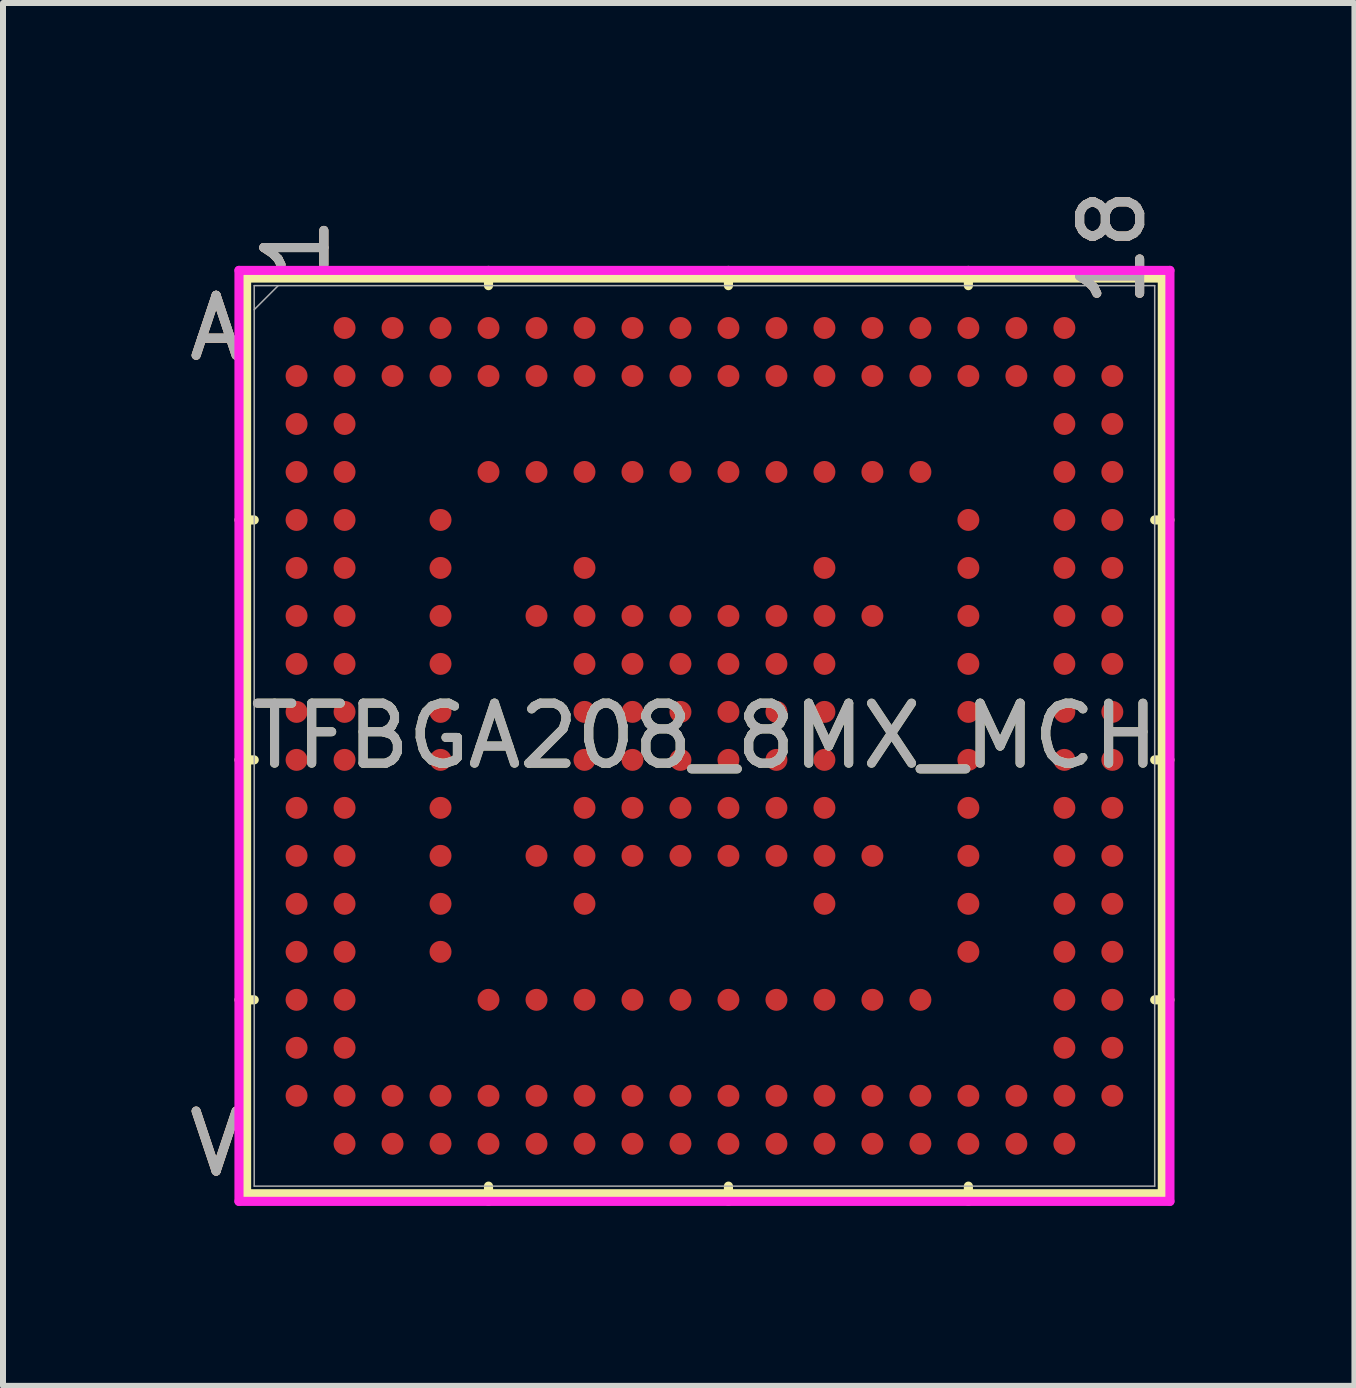
<source format=kicad_pcb>
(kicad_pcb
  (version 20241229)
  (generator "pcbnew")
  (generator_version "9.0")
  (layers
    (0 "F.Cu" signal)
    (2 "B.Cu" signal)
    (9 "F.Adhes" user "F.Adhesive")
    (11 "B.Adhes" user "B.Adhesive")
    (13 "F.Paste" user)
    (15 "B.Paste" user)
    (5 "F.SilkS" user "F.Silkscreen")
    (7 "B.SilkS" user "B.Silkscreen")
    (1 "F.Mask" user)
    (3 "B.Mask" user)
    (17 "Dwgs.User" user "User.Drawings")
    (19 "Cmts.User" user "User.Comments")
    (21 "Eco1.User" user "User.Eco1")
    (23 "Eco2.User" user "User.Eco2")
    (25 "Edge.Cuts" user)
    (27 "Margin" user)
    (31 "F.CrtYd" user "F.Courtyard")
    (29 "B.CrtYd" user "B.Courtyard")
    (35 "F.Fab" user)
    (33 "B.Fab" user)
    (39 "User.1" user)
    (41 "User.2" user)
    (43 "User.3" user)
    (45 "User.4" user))
  (footprint "TFBGA208_8MX_MCH"
    (layer "F.Cu")
    (at 8.694 9.218)
    (property "Reference" "TFBGA208_8MX_MCH" (at 0 0 0) (unlocked yes) (layer "F.SilkS") (effects (font (size 1 1) (thickness 0.15))))
    (attr smd)
    (fp_line (start -7.633 -7.633) (end -7.633 7.633) (stroke (width 0.152) (type solid)) (layer "F.SilkS"))
    (fp_line (start -7.633 7.633) (end 7.633 7.633) (stroke (width 0.152) (type solid)) (layer "F.SilkS"))
    (fp_line (start -7.506 -3.6) (end -7.76 -3.6) (stroke (width 0.152) (type solid)) (layer "F.SilkS"))
    (fp_line (start -7.506 0.4) (end -7.76 0.4) (stroke (width 0.152) (type solid)) (layer "F.SilkS"))
    (fp_line (start -7.506 4.4) (end -7.76 4.4) (stroke (width 0.152) (type solid)) (layer "F.SilkS"))
    (fp_line (start -3.6 -7.506) (end -3.6 -7.76) (stroke (width 0.152) (type solid)) (layer "F.SilkS"))
    (fp_line (start -3.6 7.506) (end -3.6 7.76) (stroke (width 0.152) (type solid)) (layer "F.SilkS"))
    (fp_line (start 0.4 -7.506) (end 0.4 -7.76) (stroke (width 0.152) (type solid)) (layer "F.SilkS"))
    (fp_line (start 0.4 7.506) (end 0.4 7.76) (stroke (width 0.152) (type solid)) (layer "F.SilkS"))
    (fp_line (start 4.4 -7.506) (end 4.4 -7.76) (stroke (width 0.152) (type solid)) (layer "F.SilkS"))
    (fp_line (start 4.4 7.506) (end 4.4 7.76) (stroke (width 0.152) (type solid)) (layer "F.SilkS"))
    (fp_line (start 7.506 -3.6) (end 7.76 -3.6) (stroke (width 0.152) (type solid)) (layer "F.SilkS"))
    (fp_line (start 7.506 0.4) (end 7.76 0.4) (stroke (width 0.152) (type solid)) (layer "F.SilkS"))
    (fp_line (start 7.506 4.4) (end 7.76 4.4) (stroke (width 0.152) (type solid)) (layer "F.SilkS"))
    (fp_line (start 7.633 -7.633) (end -7.633 -7.633) (stroke (width 0.152) (type solid)) (layer "F.SilkS"))
    (fp_line (start 7.633 7.633) (end 7.633 -7.633) (stroke (width 0.152) (type solid)) (layer "F.SilkS"))
    (fp_poly (pts (xy -7.644 -7.644) (xy 7.644 -7.644) (xy 7.644 7.644) (xy -7.644 7.644)) (stroke (width 0.1) (type solid)) (fill no) (layer "Eco2.User"))
    (fp_line (start -7.76 -7.76) (end 7.76 -7.76) (stroke (width 0.152) (type solid)) (layer "F.CrtYd"))
    (fp_line (start -7.76 7.76) (end -7.76 -7.76) (stroke (width 0.152) (type solid)) (layer "F.CrtYd"))
    (fp_line (start 7.76 -7.76) (end 7.76 7.76) (stroke (width 0.152) (type solid)) (layer "F.CrtYd"))
    (fp_line (start 7.76 7.76) (end -7.76 7.76) (stroke (width 0.152) (type solid)) (layer "F.CrtYd"))
    (fp_line (start -7.506 -7.506) (end -7.506 7.506) (stroke (width 0.025) (type solid)) (layer "F.Fab"))
    (fp_line (start -7.506 7.506) (end 7.506 7.506) (stroke (width 0.025) (type solid)) (layer "F.Fab"))
    (fp_line (start -7.106 -7.506) (end -7.506 -7.106) (stroke (width 0.025) (type solid)) (layer "F.Fab"))
    (fp_line (start 7.506 -7.506) (end -7.506 -7.506) (stroke (width 0.025) (type solid)) (layer "F.Fab"))
    (fp_line (start 7.506 7.506) (end 7.506 -7.506) (stroke (width 0.025) (type solid)) (layer "F.Fab"))
    (fp_text user "A" (at -8.141 -6.8 0) (unlocked yes) (layer "F.SilkS") (effects (font (size 1 1) (thickness 0.15))))
    (fp_text user "1" (at -6.8 -8.141 90) (unlocked yes) (layer "F.SilkS") (effects (font (size 1 1) (thickness 0.15))))
    (fp_text user "V" (at -8.141 6.8 0) (unlocked yes) (layer "F.SilkS") (effects (font (size 1 1) (thickness 0.15))))
    (fp_text user "18" (at 6.8 -8.141 90) (unlocked yes) (layer "F.SilkS") (effects (font (size 1 1) (thickness 0.15))))
    (fp_text user "A" (at -8.141 -6.8 0) (unlocked yes) (layer "B.SilkS") (effects (font (size 1 1) (thickness 0.15))))
    (fp_text user "1" (at -6.8 -8.141 90) (unlocked yes) (layer "B.SilkS") (effects (font (size 1 1) (thickness 0.15))))
    (fp_text user "V" (at -8.141 6.8 0) (unlocked yes) (layer "B.SilkS") (effects (font (size 1 1) (thickness 0.15))))
    (fp_text user "18" (at 6.8 -8.141 90) (unlocked yes) (layer "B.SilkS") (effects (font (size 1 1) (thickness 0.15))))
    (fp_text user "V" (at -8.141 6.8 0) (unlocked yes) (layer "F.Fab") (effects (font (size 1 1) (thickness 0.15))))
    (fp_text user "1" (at -6.8 -8.141 90) (unlocked yes) (layer "F.Fab") (effects (font (size 1 1) (thickness 0.15))))
    (fp_text user "A" (at -8.141 -6.8 0) (unlocked yes) (layer "F.Fab") (effects (font (size 1 1) (thickness 0.15))))
    (fp_text user "${REFERENCE}" (at 0 0 0) (unlocked yes) (layer "F.Fab") (effects (font (size 1 1) (thickness 0.15))))
    (fp_text user "18" (at 6.8 -8.141 90) (unlocked yes) (layer "F.Fab") (effects (font (size 1 1) (thickness 0.15))))
    (pad "A2" smd circle (at -6 -6.8) (size 0.366 0.366) (layers "F.Cu" "F.Mask" "F.Paste"))
    (pad "A3" smd circle (at -5.2 -6.8) (size 0.366 0.366) (layers "F.Cu" "F.Mask" "F.Paste"))
    (pad "A4" smd circle (at -4.4 -6.8) (size 0.366 0.366) (layers "F.Cu" "F.Mask" "F.Paste"))
    (pad "A5" smd circle (at -3.6 -6.8) (size 0.366 0.366) (layers "F.Cu" "F.Mask" "F.Paste"))
    (pad "A6" smd circle (at -2.8 -6.8) (size 0.366 0.366) (layers "F.Cu" "F.Mask" "F.Paste"))
    (pad "A7" smd circle (at -2 -6.8) (size 0.366 0.366) (layers "F.Cu" "F.Mask" "F.Paste"))
    (pad "A8" smd circle (at -1.2 -6.8) (size 0.366 0.366) (layers "F.Cu" "F.Mask" "F.Paste"))
    (pad "A9" smd circle (at -0.4 -6.8) (size 0.366 0.366) (layers "F.Cu" "F.Mask" "F.Paste"))
    (pad "A10" smd circle (at 0.4 -6.8) (size 0.366 0.366) (layers "F.Cu" "F.Mask" "F.Paste"))
    (pad "A11" smd circle (at 1.2 -6.8) (size 0.366 0.366) (layers "F.Cu" "F.Mask" "F.Paste"))
    (pad "A12" smd circle (at 2 -6.8) (size 0.366 0.366) (layers "F.Cu" "F.Mask" "F.Paste"))
    (pad "A13" smd circle (at 2.8 -6.8) (size 0.366 0.366) (layers "F.Cu" "F.Mask" "F.Paste"))
    (pad "A14" smd circle (at 3.6 -6.8) (size 0.366 0.366) (layers "F.Cu" "F.Mask" "F.Paste"))
    (pad "A15" smd circle (at 4.4 -6.8) (size 0.366 0.366) (layers "F.Cu" "F.Mask" "F.Paste"))
    (pad "A16" smd circle (at 5.2 -6.8) (size 0.366 0.366) (layers "F.Cu" "F.Mask" "F.Paste"))
    (pad "A17" smd circle (at 6 -6.8) (size 0.366 0.366) (layers "F.Cu" "F.Mask" "F.Paste"))
    (pad "B1" smd circle (at -6.8 -6) (size 0.366 0.366) (layers "F.Cu" "F.Mask" "F.Paste"))
    (pad "B2" smd circle (at -6 -6) (size 0.366 0.366) (layers "F.Cu" "F.Mask" "F.Paste"))
    (pad "B3" smd circle (at -5.2 -6) (size 0.366 0.366) (layers "F.Cu" "F.Mask" "F.Paste"))
    (pad "B4" smd circle (at -4.4 -6) (size 0.366 0.366) (layers "F.Cu" "F.Mask" "F.Paste"))
    (pad "B5" smd circle (at -3.6 -6) (size 0.366 0.366) (layers "F.Cu" "F.Mask" "F.Paste"))
    (pad "B6" smd circle (at -2.8 -6) (size 0.366 0.366) (layers "F.Cu" "F.Mask" "F.Paste"))
    (pad "B7" smd circle (at -2 -6) (size 0.366 0.366) (layers "F.Cu" "F.Mask" "F.Paste"))
    (pad "B8" smd circle (at -1.2 -6) (size 0.366 0.366) (layers "F.Cu" "F.Mask" "F.Paste"))
    (pad "B9" smd circle (at -0.4 -6) (size 0.366 0.366) (layers "F.Cu" "F.Mask" "F.Paste"))
    (pad "B10" smd circle (at 0.4 -6) (size 0.366 0.366) (layers "F.Cu" "F.Mask" "F.Paste"))
    (pad "B11" smd circle (at 1.2 -6) (size 0.366 0.366) (layers "F.Cu" "F.Mask" "F.Paste"))
    (pad "B12" smd circle (at 2 -6) (size 0.366 0.366) (layers "F.Cu" "F.Mask" "F.Paste"))
    (pad "B13" smd circle (at 2.8 -6) (size 0.366 0.366) (layers "F.Cu" "F.Mask" "F.Paste"))
    (pad "B14" smd circle (at 3.6 -6) (size 0.366 0.366) (layers "F.Cu" "F.Mask" "F.Paste"))
    (pad "B15" smd circle (at 4.4 -6) (size 0.366 0.366) (layers "F.Cu" "F.Mask" "F.Paste"))
    (pad "B16" smd circle (at 5.2 -6) (size 0.366 0.366) (layers "F.Cu" "F.Mask" "F.Paste"))
    (pad "B17" smd circle (at 6 -6) (size 0.366 0.366) (layers "F.Cu" "F.Mask" "F.Paste"))
    (pad "B18" smd circle (at 6.8 -6) (size 0.366 0.366) (layers "F.Cu" "F.Mask" "F.Paste"))
    (pad "C1" smd circle (at -6.8 -5.2) (size 0.366 0.366) (layers "F.Cu" "F.Mask" "F.Paste"))
    (pad "C2" smd circle (at -6 -5.2) (size 0.366 0.366) (layers "F.Cu" "F.Mask" "F.Paste"))
    (pad "C17" smd circle (at 6 -5.2) (size 0.366 0.366) (layers "F.Cu" "F.Mask" "F.Paste"))
    (pad "C18" smd circle (at 6.8 -5.2) (size 0.366 0.366) (layers "F.Cu" "F.Mask" "F.Paste"))
    (pad "D1" smd circle (at -6.8 -4.4) (size 0.366 0.366) (layers "F.Cu" "F.Mask" "F.Paste"))
    (pad "D2" smd circle (at -6 -4.4) (size 0.366 0.366) (layers "F.Cu" "F.Mask" "F.Paste"))
    (pad "D5" smd circle (at -3.6 -4.4) (size 0.366 0.366) (layers "F.Cu" "F.Mask" "F.Paste"))
    (pad "D6" smd circle (at -2.8 -4.4) (size 0.366 0.366) (layers "F.Cu" "F.Mask" "F.Paste"))
    (pad "D7" smd circle (at -2 -4.4) (size 0.366 0.366) (layers "F.Cu" "F.Mask" "F.Paste"))
    (pad "D8" smd circle (at -1.2 -4.4) (size 0.366 0.366) (layers "F.Cu" "F.Mask" "F.Paste"))
    (pad "D9" smd circle (at -0.4 -4.4) (size 0.366 0.366) (layers "F.Cu" "F.Mask" "F.Paste"))
    (pad "D10" smd circle (at 0.4 -4.4) (size 0.366 0.366) (layers "F.Cu" "F.Mask" "F.Paste"))
    (pad "D11" smd circle (at 1.2 -4.4) (size 0.366 0.366) (layers "F.Cu" "F.Mask" "F.Paste"))
    (pad "D12" smd circle (at 2 -4.4) (size 0.366 0.366) (layers "F.Cu" "F.Mask" "F.Paste"))
    (pad "D13" smd circle (at 2.8 -4.4) (size 0.366 0.366) (layers "F.Cu" "F.Mask" "F.Paste"))
    (pad "D14" smd circle (at 3.6 -4.4) (size 0.366 0.366) (layers "F.Cu" "F.Mask" "F.Paste"))
    (pad "D17" smd circle (at 6 -4.4) (size 0.366 0.366) (layers "F.Cu" "F.Mask" "F.Paste"))
    (pad "D18" smd circle (at 6.8 -4.4) (size 0.366 0.366) (layers "F.Cu" "F.Mask" "F.Paste"))
    (pad "E1" smd circle (at -6.8 -3.6) (size 0.366 0.366) (layers "F.Cu" "F.Mask" "F.Paste"))
    (pad "E2" smd circle (at -6 -3.6) (size 0.366 0.366) (layers "F.Cu" "F.Mask" "F.Paste"))
    (pad "E4" smd circle (at -4.4 -3.6) (size 0.366 0.366) (layers "F.Cu" "F.Mask" "F.Paste"))
    (pad "E15" smd circle (at 4.4 -3.6) (size 0.366 0.366) (layers "F.Cu" "F.Mask" "F.Paste"))
    (pad "E17" smd circle (at 6 -3.6) (size 0.366 0.366) (layers "F.Cu" "F.Mask" "F.Paste"))
    (pad "E18" smd circle (at 6.8 -3.6) (size 0.366 0.366) (layers "F.Cu" "F.Mask" "F.Paste"))
    (pad "F1" smd circle (at -6.8 -2.8) (size 0.366 0.366) (layers "F.Cu" "F.Mask" "F.Paste"))
    (pad "F2" smd circle (at -6 -2.8) (size 0.366 0.366) (layers "F.Cu" "F.Mask" "F.Paste"))
    (pad "F4" smd circle (at -4.4 -2.8) (size 0.366 0.366) (layers "F.Cu" "F.Mask" "F.Paste"))
    (pad "F7" smd circle (at -2 -2.8) (size 0.366 0.366) (layers "F.Cu" "F.Mask" "F.Paste"))
    (pad "F12" smd circle (at 2 -2.8) (size 0.366 0.366) (layers "F.Cu" "F.Mask" "F.Paste"))
    (pad "F15" smd circle (at 4.4 -2.8) (size 0.366 0.366) (layers "F.Cu" "F.Mask" "F.Paste"))
    (pad "F17" smd circle (at 6 -2.8) (size 0.366 0.366) (layers "F.Cu" "F.Mask" "F.Paste"))
    (pad "F18" smd circle (at 6.8 -2.8) (size 0.366 0.366) (layers "F.Cu" "F.Mask" "F.Paste"))
    (pad "G1" smd circle (at -6.8 -2) (size 0.366 0.366) (layers "F.Cu" "F.Mask" "F.Paste"))
    (pad "G2" smd circle (at -6 -2) (size 0.366 0.366) (layers "F.Cu" "F.Mask" "F.Paste"))
    (pad "G4" smd circle (at -4.4 -2) (size 0.366 0.366) (layers "F.Cu" "F.Mask" "F.Paste"))
    (pad "G6" smd circle (at -2.8 -2) (size 0.366 0.366) (layers "F.Cu" "F.Mask" "F.Paste"))
    (pad "G7" smd circle (at -2 -2) (size 0.366 0.366) (layers "F.Cu" "F.Mask" "F.Paste"))
    (pad "G8" smd circle (at -1.2 -2) (size 0.366 0.366) (layers "F.Cu" "F.Mask" "F.Paste"))
    (pad "G9" smd circle (at -0.4 -2) (size 0.366 0.366) (layers "F.Cu" "F.Mask" "F.Paste"))
    (pad "G10" smd circle (at 0.4 -2) (size 0.366 0.366) (layers "F.Cu" "F.Mask" "F.Paste"))
    (pad "G11" smd circle (at 1.2 -2) (size 0.366 0.366) (layers "F.Cu" "F.Mask" "F.Paste"))
    (pad "G12" smd circle (at 2 -2) (size 0.366 0.366) (layers "F.Cu" "F.Mask" "F.Paste"))
    (pad "G13" smd circle (at 2.8 -2) (size 0.366 0.366) (layers "F.Cu" "F.Mask" "F.Paste"))
    (pad "G15" smd circle (at 4.4 -2) (size 0.366 0.366) (layers "F.Cu" "F.Mask" "F.Paste"))
    (pad "G17" smd circle (at 6 -2) (size 0.366 0.366) (layers "F.Cu" "F.Mask" "F.Paste"))
    (pad "G18" smd circle (at 6.8 -2) (size 0.366 0.366) (layers "F.Cu" "F.Mask" "F.Paste"))
    (pad "H1" smd circle (at -6.8 -1.2) (size 0.366 0.366) (layers "F.Cu" "F.Mask" "F.Paste"))
    (pad "H2" smd circle (at -6 -1.2) (size 0.366 0.366) (layers "F.Cu" "F.Mask" "F.Paste"))
    (pad "H4" smd circle (at -4.4 -1.2) (size 0.366 0.366) (layers "F.Cu" "F.Mask" "F.Paste"))
    (pad "H7" smd circle (at -2 -1.2) (size 0.366 0.366) (layers "F.Cu" "F.Mask" "F.Paste"))
    (pad "H8" smd circle (at -1.2 -1.2) (size 0.366 0.366) (layers "F.Cu" "F.Mask" "F.Paste"))
    (pad "H9" smd circle (at -0.4 -1.2) (size 0.366 0.366) (layers "F.Cu" "F.Mask" "F.Paste"))
    (pad "H10" smd circle (at 0.4 -1.2) (size 0.366 0.366) (layers "F.Cu" "F.Mask" "F.Paste"))
    (pad "H11" smd circle (at 1.2 -1.2) (size 0.366 0.366) (layers "F.Cu" "F.Mask" "F.Paste"))
    (pad "H12" smd circle (at 2 -1.2) (size 0.366 0.366) (layers "F.Cu" "F.Mask" "F.Paste"))
    (pad "H15" smd circle (at 4.4 -1.2) (size 0.366 0.366) (layers "F.Cu" "F.Mask" "F.Paste"))
    (pad "H17" smd circle (at 6 -1.2) (size 0.366 0.366) (layers "F.Cu" "F.Mask" "F.Paste"))
    (pad "H18" smd circle (at 6.8 -1.2) (size 0.366 0.366) (layers "F.Cu" "F.Mask" "F.Paste"))
    (pad "J1" smd circle (at -6.8 -0.4) (size 0.366 0.366) (layers "F.Cu" "F.Mask" "F.Paste"))
    (pad "J2" smd circle (at -6 -0.4) (size 0.366 0.366) (layers "F.Cu" "F.Mask" "F.Paste"))
    (pad "J4" smd circle (at -4.4 -0.4) (size 0.366 0.366) (layers "F.Cu" "F.Mask" "F.Paste"))
    (pad "J7" smd circle (at -2 -0.4) (size 0.366 0.366) (layers "F.Cu" "F.Mask" "F.Paste"))
    (pad "J8" smd circle (at -1.2 -0.4) (size 0.366 0.366) (layers "F.Cu" "F.Mask" "F.Paste"))
    (pad "J9" smd circle (at -0.4 -0.4) (size 0.366 0.366) (layers "F.Cu" "F.Mask" "F.Paste"))
    (pad "J10" smd circle (at 0.4 -0.4) (size 0.366 0.366) (layers "F.Cu" "F.Mask" "F.Paste"))
    (pad "J11" smd circle (at 1.2 -0.4) (size 0.366 0.366) (layers "F.Cu" "F.Mask" "F.Paste"))
    (pad "J12" smd circle (at 2 -0.4) (size 0.366 0.366) (layers "F.Cu" "F.Mask" "F.Paste"))
    (pad "J15" smd circle (at 4.4 -0.4) (size 0.366 0.366) (layers "F.Cu" "F.Mask" "F.Paste"))
    (pad "J17" smd circle (at 6 -0.4) (size 0.366 0.366) (layers "F.Cu" "F.Mask" "F.Paste"))
    (pad "J18" smd circle (at 6.8 -0.4) (size 0.366 0.366) (layers "F.Cu" "F.Mask" "F.Paste"))
    (pad "K1" smd circle (at -6.8 0.4) (size 0.366 0.366) (layers "F.Cu" "F.Mask" "F.Paste"))
    (pad "K2" smd circle (at -6 0.4) (size 0.366 0.366) (layers "F.Cu" "F.Mask" "F.Paste"))
    (pad "K4" smd circle (at -4.4 0.4) (size 0.366 0.366) (layers "F.Cu" "F.Mask" "F.Paste"))
    (pad "K7" smd circle (at -2 0.4) (size 0.366 0.366) (layers "F.Cu" "F.Mask" "F.Paste"))
    (pad "K8" smd circle (at -1.2 0.4) (size 0.366 0.366) (layers "F.Cu" "F.Mask" "F.Paste"))
    (pad "K9" smd circle (at -0.4 0.4) (size 0.366 0.366) (layers "F.Cu" "F.Mask" "F.Paste"))
    (pad "K10" smd circle (at 0.4 0.4) (size 0.366 0.366) (layers "F.Cu" "F.Mask" "F.Paste"))
    (pad "K11" smd circle (at 1.2 0.4) (size 0.366 0.366) (layers "F.Cu" "F.Mask" "F.Paste"))
    (pad "K12" smd circle (at 2 0.4) (size 0.366 0.366) (layers "F.Cu" "F.Mask" "F.Paste"))
    (pad "K15" smd circle (at 4.4 0.4) (size 0.366 0.366) (layers "F.Cu" "F.Mask" "F.Paste"))
    (pad "K17" smd circle (at 6 0.4) (size 0.366 0.366) (layers "F.Cu" "F.Mask" "F.Paste"))
    (pad "K18" smd circle (at 6.8 0.4) (size 0.366 0.366) (layers "F.Cu" "F.Mask" "F.Paste"))
    (pad "L1" smd circle (at -6.8 1.2) (size 0.366 0.366) (layers "F.Cu" "F.Mask" "F.Paste"))
    (pad "L2" smd circle (at -6 1.2) (size 0.366 0.366) (layers "F.Cu" "F.Mask" "F.Paste"))
    (pad "L4" smd circle (at -4.4 1.2) (size 0.366 0.366) (layers "F.Cu" "F.Mask" "F.Paste"))
    (pad "L7" smd circle (at -2 1.2) (size 0.366 0.366) (layers "F.Cu" "F.Mask" "F.Paste"))
    (pad "L8" smd circle (at -1.2 1.2) (size 0.366 0.366) (layers "F.Cu" "F.Mask" "F.Paste"))
    (pad "L9" smd circle (at -0.4 1.2) (size 0.366 0.366) (layers "F.Cu" "F.Mask" "F.Paste"))
    (pad "L10" smd circle (at 0.4 1.2) (size 0.366 0.366) (layers "F.Cu" "F.Mask" "F.Paste"))
    (pad "L11" smd circle (at 1.2 1.2) (size 0.366 0.366) (layers "F.Cu" "F.Mask" "F.Paste"))
    (pad "L12" smd circle (at 2 1.2) (size 0.366 0.366) (layers "F.Cu" "F.Mask" "F.Paste"))
    (pad "L15" smd circle (at 4.4 1.2) (size 0.366 0.366) (layers "F.Cu" "F.Mask" "F.Paste"))
    (pad "L17" smd circle (at 6 1.2) (size 0.366 0.366) (layers "F.Cu" "F.Mask" "F.Paste"))
    (pad "L18" smd circle (at 6.8 1.2) (size 0.366 0.366) (layers "F.Cu" "F.Mask" "F.Paste"))
    (pad "M1" smd circle (at -6.8 2) (size 0.366 0.366) (layers "F.Cu" "F.Mask" "F.Paste"))
    (pad "M2" smd circle (at -6 2) (size 0.366 0.366) (layers "F.Cu" "F.Mask" "F.Paste"))
    (pad "M4" smd circle (at -4.4 2) (size 0.366 0.366) (layers "F.Cu" "F.Mask" "F.Paste"))
    (pad "M6" smd circle (at -2.8 2) (size 0.366 0.366) (layers "F.Cu" "F.Mask" "F.Paste"))
    (pad "M7" smd circle (at -2 2) (size 0.366 0.366) (layers "F.Cu" "F.Mask" "F.Paste"))
    (pad "M8" smd circle (at -1.2 2) (size 0.366 0.366) (layers "F.Cu" "F.Mask" "F.Paste"))
    (pad "M9" smd circle (at -0.4 2) (size 0.366 0.366) (layers "F.Cu" "F.Mask" "F.Paste"))
    (pad "M10" smd circle (at 0.4 2) (size 0.366 0.366) (layers "F.Cu" "F.Mask" "F.Paste"))
    (pad "M11" smd circle (at 1.2 2) (size 0.366 0.366) (layers "F.Cu" "F.Mask" "F.Paste"))
    (pad "M12" smd circle (at 2 2) (size 0.366 0.366) (layers "F.Cu" "F.Mask" "F.Paste"))
    (pad "M13" smd circle (at 2.8 2) (size 0.366 0.366) (layers "F.Cu" "F.Mask" "F.Paste"))
    (pad "M15" smd circle (at 4.4 2) (size 0.366 0.366) (layers "F.Cu" "F.Mask" "F.Paste"))
    (pad "M17" smd circle (at 6 2) (size 0.366 0.366) (layers "F.Cu" "F.Mask" "F.Paste"))
    (pad "M18" smd circle (at 6.8 2) (size 0.366 0.366) (layers "F.Cu" "F.Mask" "F.Paste"))
    (pad "N1" smd circle (at -6.8 2.8) (size 0.366 0.366) (layers "F.Cu" "F.Mask" "F.Paste"))
    (pad "N2" smd circle (at -6 2.8) (size 0.366 0.366) (layers "F.Cu" "F.Mask" "F.Paste"))
    (pad "N4" smd circle (at -4.4 2.8) (size 0.366 0.366) (layers "F.Cu" "F.Mask" "F.Paste"))
    (pad "N7" smd circle (at -2 2.8) (size 0.366 0.366) (layers "F.Cu" "F.Mask" "F.Paste"))
    (pad "N12" smd circle (at 2 2.8) (size 0.366 0.366) (layers "F.Cu" "F.Mask" "F.Paste"))
    (pad "N15" smd circle (at 4.4 2.8) (size 0.366 0.366) (layers "F.Cu" "F.Mask" "F.Paste"))
    (pad "N17" smd circle (at 6 2.8) (size 0.366 0.366) (layers "F.Cu" "F.Mask" "F.Paste"))
    (pad "N18" smd circle (at 6.8 2.8) (size 0.366 0.366) (layers "F.Cu" "F.Mask" "F.Paste"))
    (pad "P1" smd circle (at -6.8 3.6) (size 0.366 0.366) (layers "F.Cu" "F.Mask" "F.Paste"))
    (pad "P2" smd circle (at -6 3.6) (size 0.366 0.366) (layers "F.Cu" "F.Mask" "F.Paste"))
    (pad "P4" smd circle (at -4.4 3.6) (size 0.366 0.366) (layers "F.Cu" "F.Mask" "F.Paste"))
    (pad "P15" smd circle (at 4.4 3.6) (size 0.366 0.366) (layers "F.Cu" "F.Mask" "F.Paste"))
    (pad "P17" smd circle (at 6 3.6) (size 0.366 0.366) (layers "F.Cu" "F.Mask" "F.Paste"))
    (pad "P18" smd circle (at 6.8 3.6) (size 0.366 0.366) (layers "F.Cu" "F.Mask" "F.Paste"))
    (pad "R1" smd circle (at -6.8 4.4) (size 0.366 0.366) (layers "F.Cu" "F.Mask" "F.Paste"))
    (pad "R2" smd circle (at -6 4.4) (size 0.366 0.366) (layers "F.Cu" "F.Mask" "F.Paste"))
    (pad "R5" smd circle (at -3.6 4.4) (size 0.366 0.366) (layers "F.Cu" "F.Mask" "F.Paste"))
    (pad "R6" smd circle (at -2.8 4.4) (size 0.366 0.366) (layers "F.Cu" "F.Mask" "F.Paste"))
    (pad "R7" smd circle (at -2 4.4) (size 0.366 0.366) (layers "F.Cu" "F.Mask" "F.Paste"))
    (pad "R8" smd circle (at -1.2 4.4) (size 0.366 0.366) (layers "F.Cu" "F.Mask" "F.Paste"))
    (pad "R9" smd circle (at -0.4 4.4) (size 0.366 0.366) (layers "F.Cu" "F.Mask" "F.Paste"))
    (pad "R10" smd circle (at 0.4 4.4) (size 0.366 0.366) (layers "F.Cu" "F.Mask" "F.Paste"))
    (pad "R11" smd circle (at 1.2 4.4) (size 0.366 0.366) (layers "F.Cu" "F.Mask" "F.Paste"))
    (pad "R12" smd circle (at 2 4.4) (size 0.366 0.366) (layers "F.Cu" "F.Mask" "F.Paste"))
    (pad "R13" smd circle (at 2.8 4.4) (size 0.366 0.366) (layers "F.Cu" "F.Mask" "F.Paste"))
    (pad "R14" smd circle (at 3.6 4.4) (size 0.366 0.366) (layers "F.Cu" "F.Mask" "F.Paste"))
    (pad "R17" smd circle (at 6 4.4) (size 0.366 0.366) (layers "F.Cu" "F.Mask" "F.Paste"))
    (pad "R18" smd circle (at 6.8 4.4) (size 0.366 0.366) (layers "F.Cu" "F.Mask" "F.Paste"))
    (pad "T1" smd circle (at -6.8 5.2) (size 0.366 0.366) (layers "F.Cu" "F.Mask" "F.Paste"))
    (pad "T2" smd circle (at -6 5.2) (size 0.366 0.366) (layers "F.Cu" "F.Mask" "F.Paste"))
    (pad "T17" smd circle (at 6 5.2) (size 0.366 0.366) (layers "F.Cu" "F.Mask" "F.Paste"))
    (pad "T18" smd circle (at 6.8 5.2) (size 0.366 0.366) (layers "F.Cu" "F.Mask" "F.Paste"))
    (pad "U1" smd circle (at -6.8 6) (size 0.366 0.366) (layers "F.Cu" "F.Mask" "F.Paste"))
    (pad "U2" smd circle (at -6 6) (size 0.366 0.366) (layers "F.Cu" "F.Mask" "F.Paste"))
    (pad "U3" smd circle (at -5.2 6) (size 0.366 0.366) (layers "F.Cu" "F.Mask" "F.Paste"))
    (pad "U4" smd circle (at -4.4 6) (size 0.366 0.366) (layers "F.Cu" "F.Mask" "F.Paste"))
    (pad "U5" smd circle (at -3.6 6) (size 0.366 0.366) (layers "F.Cu" "F.Mask" "F.Paste"))
    (pad "U6" smd circle (at -2.8 6) (size 0.366 0.366) (layers "F.Cu" "F.Mask" "F.Paste"))
    (pad "U7" smd circle (at -2 6) (size 0.366 0.366) (layers "F.Cu" "F.Mask" "F.Paste"))
    (pad "U8" smd circle (at -1.2 6) (size 0.366 0.366) (layers "F.Cu" "F.Mask" "F.Paste"))
    (pad "U9" smd circle (at -0.4 6) (size 0.366 0.366) (layers "F.Cu" "F.Mask" "F.Paste"))
    (pad "U10" smd circle (at 0.4 6) (size 0.366 0.366) (layers "F.Cu" "F.Mask" "F.Paste"))
    (pad "U11" smd circle (at 1.2 6) (size 0.366 0.366) (layers "F.Cu" "F.Mask" "F.Paste"))
    (pad "U12" smd circle (at 2 6) (size 0.366 0.366) (layers "F.Cu" "F.Mask" "F.Paste"))
    (pad "U13" smd circle (at 2.8 6) (size 0.366 0.366) (layers "F.Cu" "F.Mask" "F.Paste"))
    (pad "U14" smd circle (at 3.6 6) (size 0.366 0.366) (layers "F.Cu" "F.Mask" "F.Paste"))
    (pad "U15" smd circle (at 4.4 6) (size 0.366 0.366) (layers "F.Cu" "F.Mask" "F.Paste"))
    (pad "U16" smd circle (at 5.2 6) (size 0.366 0.366) (layers "F.Cu" "F.Mask" "F.Paste"))
    (pad "U17" smd circle (at 6 6) (size 0.366 0.366) (layers "F.Cu" "F.Mask" "F.Paste"))
    (pad "U18" smd circle (at 6.8 6) (size 0.366 0.366) (layers "F.Cu" "F.Mask" "F.Paste"))
    (pad "V2" smd circle (at -6 6.8) (size 0.366 0.366) (layers "F.Cu" "F.Mask" "F.Paste"))
    (pad "V3" smd circle (at -5.2 6.8) (size 0.366 0.366) (layers "F.Cu" "F.Mask" "F.Paste"))
    (pad "V4" smd circle (at -4.4 6.8) (size 0.366 0.366) (layers "F.Cu" "F.Mask" "F.Paste"))
    (pad "V5" smd circle (at -3.6 6.8) (size 0.366 0.366) (layers "F.Cu" "F.Mask" "F.Paste"))
    (pad "V6" smd circle (at -2.8 6.8) (size 0.366 0.366) (layers "F.Cu" "F.Mask" "F.Paste"))
    (pad "V7" smd circle (at -2 6.8) (size 0.366 0.366) (layers "F.Cu" "F.Mask" "F.Paste"))
    (pad "V8" smd circle (at -1.2 6.8) (size 0.366 0.366) (layers "F.Cu" "F.Mask" "F.Paste"))
    (pad "V9" smd circle (at -0.4 6.8) (size 0.366 0.366) (layers "F.Cu" "F.Mask" "F.Paste"))
    (pad "V10" smd circle (at 0.4 6.8) (size 0.366 0.366) (layers "F.Cu" "F.Mask" "F.Paste"))
    (pad "V11" smd circle (at 1.2 6.8) (size 0.366 0.366) (layers "F.Cu" "F.Mask" "F.Paste"))
    (pad "V12" smd circle (at 2 6.8) (size 0.366 0.366) (layers "F.Cu" "F.Mask" "F.Paste"))
    (pad "V13" smd circle (at 2.8 6.8) (size 0.366 0.366) (layers "F.Cu" "F.Mask" "F.Paste"))
    (pad "V14" smd circle (at 3.6 6.8) (size 0.366 0.366) (layers "F.Cu" "F.Mask" "F.Paste"))
    (pad "V15" smd circle (at 4.4 6.8) (size 0.366 0.366) (layers "F.Cu" "F.Mask" "F.Paste"))
    (pad "V16" smd circle (at 5.2 6.8) (size 0.366 0.366) (layers "F.Cu" "F.Mask" "F.Paste"))
    (pad "V17" smd circle (at 6 6.8) (size 0.366 0.366) (layers "F.Cu" "F.Mask" "F.Paste")))
  (gr_rect
    (start -3 -3)
    (end 19.53 20.054)
    (stroke (width 0.1) (type default))
    (fill no)
    (layer "Edge.Cuts")))
</source>
